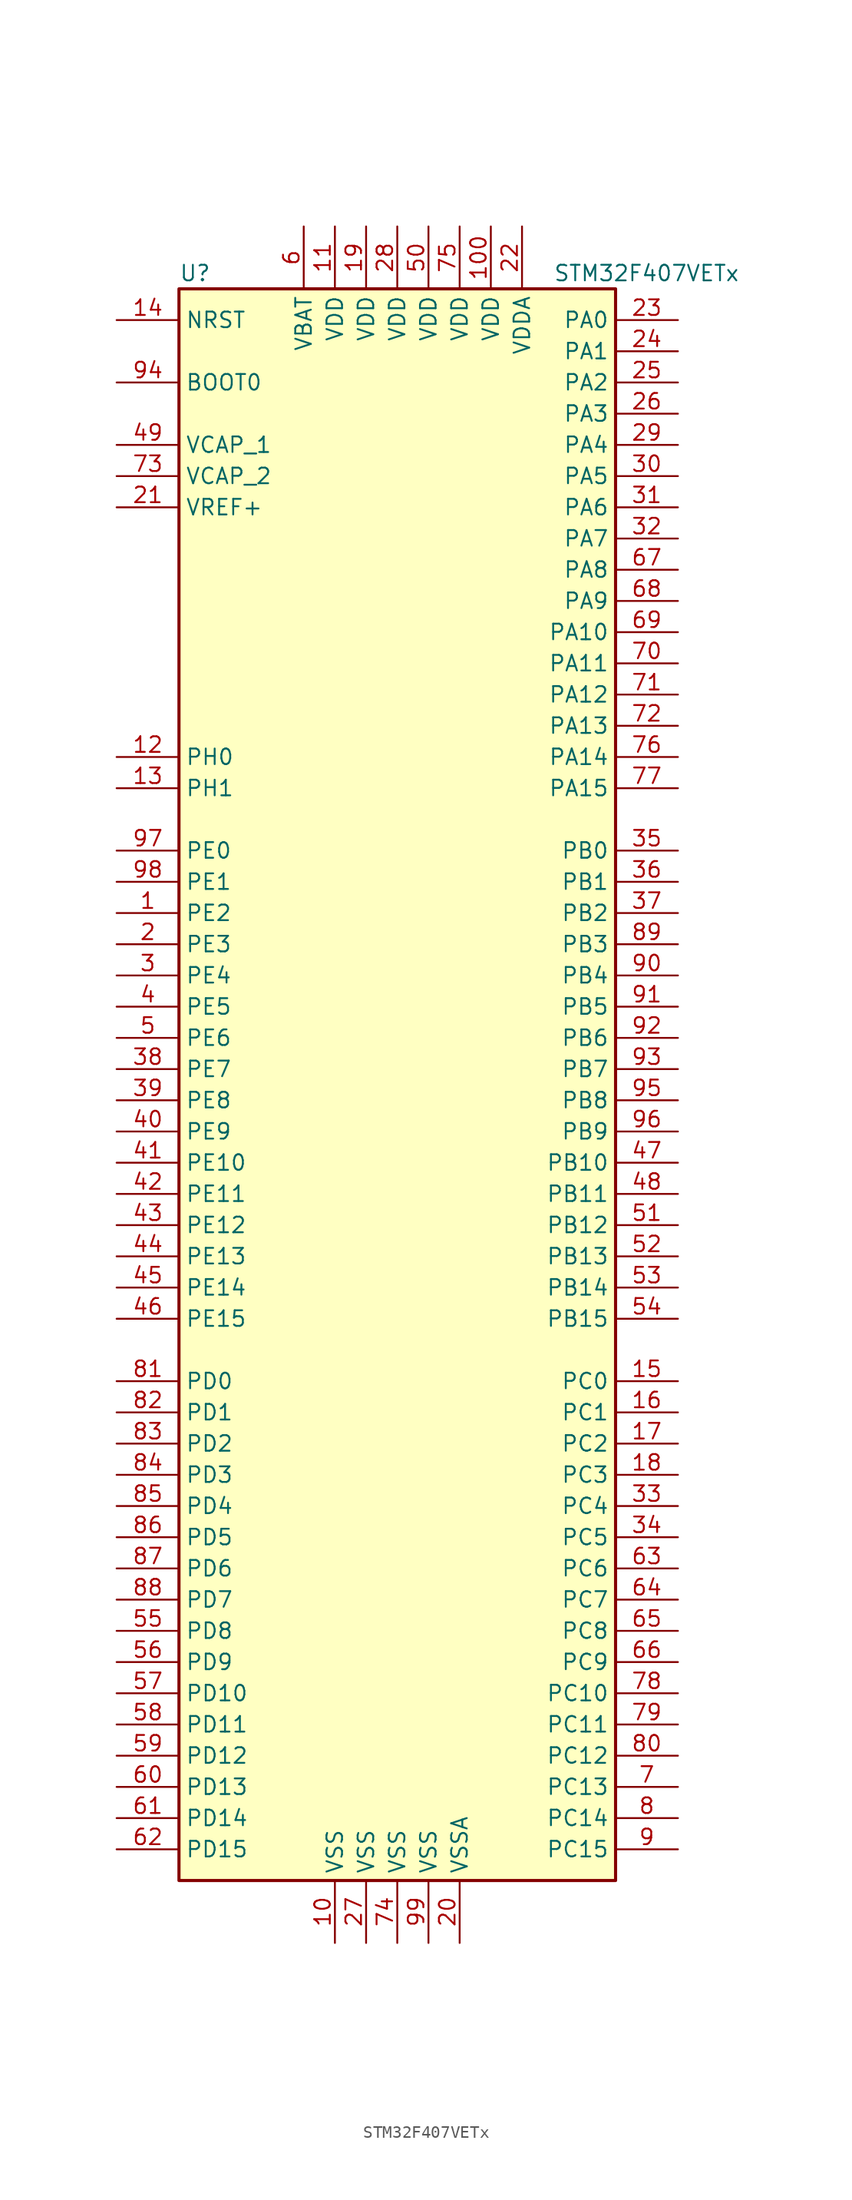
<source format=kicad_sym>
(kicad_symbol_lib
  (version 20201005)
  (generator kicad_symbol_editor)
  (symbol "MCU_ST_STM32F4:STM32F407VETx"
    (property "Reference" "U"
      (at -17.78 64.77 0)
      (effects (font (size 1.27 1.27)) (justify left)))
    (property "Value" "STM32F407VETx"
      (at 12.7 64.77 0)
      (effects (font (size 1.27 1.27)) (justify left)))
    (symbol "STM32F407VETx_0_1"
      (rectangle (start -17.78 -66.04) (end 17.78 63.5) (stroke (width 0.254)) (fill (type background))))
    (symbol "STM32F407VETx_1_1"
      (pin input line (at -22.86 55.88 0) (length 5.08) (name "BOOT0" (effects (font (size 1.27 1.27)))) (number "94" (effects (font (size 1.27 1.27)))))
      (pin input line (at -22.86 60.96 0) (length 5.08) (name "NRST" (effects (font (size 1.27 1.27)))) (number "14" (effects (font (size 1.27 1.27)))))
      (pin bidirectional line (at 22.86 60.96 180) (length 5.08) (name "PA0" (effects (font (size 1.27 1.27)))) (number "23" (effects (font (size 1.27 1.27)))))
      (pin bidirectional line (at 22.86 58.42 180) (length 5.08) (name "PA1" (effects (font (size 1.27 1.27)))) (number "24" (effects (font (size 1.27 1.27)))))
      (pin bidirectional line (at 22.86 35.56 180) (length 5.08) (name "PA10" (effects (font (size 1.27 1.27)))) (number "69" (effects (font (size 1.27 1.27)))))
      (pin bidirectional line (at 22.86 33.02 180) (length 5.08) (name "PA11" (effects (font (size 1.27 1.27)))) (number "70" (effects (font (size 1.27 1.27)))))
      (pin bidirectional line (at 22.86 30.48 180) (length 5.08) (name "PA12" (effects (font (size 1.27 1.27)))) (number "71" (effects (font (size 1.27 1.27)))))
      (pin bidirectional line (at 22.86 27.94 180) (length 5.08) (name "PA13" (effects (font (size 1.27 1.27)))) (number "72" (effects (font (size 1.27 1.27)))))
      (pin bidirectional line (at 22.86 25.4 180) (length 5.08) (name "PA14" (effects (font (size 1.27 1.27)))) (number "76" (effects (font (size 1.27 1.27)))))
      (pin bidirectional line (at 22.86 22.86 180) (length 5.08) (name "PA15" (effects (font (size 1.27 1.27)))) (number "77" (effects (font (size 1.27 1.27)))))
      (pin bidirectional line (at 22.86 55.88 180) (length 5.08) (name "PA2" (effects (font (size 1.27 1.27)))) (number "25" (effects (font (size 1.27 1.27)))))
      (pin bidirectional line (at 22.86 53.34 180) (length 5.08) (name "PA3" (effects (font (size 1.27 1.27)))) (number "26" (effects (font (size 1.27 1.27)))))
      (pin bidirectional line (at 22.86 50.8 180) (length 5.08) (name "PA4" (effects (font (size 1.27 1.27)))) (number "29" (effects (font (size 1.27 1.27)))))
      (pin bidirectional line (at 22.86 48.26 180) (length 5.08) (name "PA5" (effects (font (size 1.27 1.27)))) (number "30" (effects (font (size 1.27 1.27)))))
      (pin bidirectional line (at 22.86 45.72 180) (length 5.08) (name "PA6" (effects (font (size 1.27 1.27)))) (number "31" (effects (font (size 1.27 1.27)))))
      (pin bidirectional line (at 22.86 43.18 180) (length 5.08) (name "PA7" (effects (font (size 1.27 1.27)))) (number "32" (effects (font (size 1.27 1.27)))))
      (pin bidirectional line (at 22.86 40.64 180) (length 5.08) (name "PA8" (effects (font (size 1.27 1.27)))) (number "67" (effects (font (size 1.27 1.27)))))
      (pin bidirectional line (at 22.86 38.1 180) (length 5.08) (name "PA9" (effects (font (size 1.27 1.27)))) (number "68" (effects (font (size 1.27 1.27)))))
      (pin bidirectional line (at 22.86 17.78 180) (length 5.08) (name "PB0" (effects (font (size 1.27 1.27)))) (number "35" (effects (font (size 1.27 1.27)))))
      (pin bidirectional line (at 22.86 15.24 180) (length 5.08) (name "PB1" (effects (font (size 1.27 1.27)))) (number "36" (effects (font (size 1.27 1.27)))))
      (pin bidirectional line (at 22.86 -7.62 180) (length 5.08) (name "PB10" (effects (font (size 1.27 1.27)))) (number "47" (effects (font (size 1.27 1.27)))))
      (pin bidirectional line (at 22.86 -10.16 180) (length 5.08) (name "PB11" (effects (font (size 1.27 1.27)))) (number "48" (effects (font (size 1.27 1.27)))))
      (pin bidirectional line (at 22.86 -12.7 180) (length 5.08) (name "PB12" (effects (font (size 1.27 1.27)))) (number "51" (effects (font (size 1.27 1.27)))))
      (pin bidirectional line (at 22.86 -15.24 180) (length 5.08) (name "PB13" (effects (font (size 1.27 1.27)))) (number "52" (effects (font (size 1.27 1.27)))))
      (pin bidirectional line (at 22.86 -17.78 180) (length 5.08) (name "PB14" (effects (font (size 1.27 1.27)))) (number "53" (effects (font (size 1.27 1.27)))))
      (pin bidirectional line (at 22.86 -20.32 180) (length 5.08) (name "PB15" (effects (font (size 1.27 1.27)))) (number "54" (effects (font (size 1.27 1.27)))))
      (pin bidirectional line (at 22.86 12.7 180) (length 5.08) (name "PB2" (effects (font (size 1.27 1.27)))) (number "37" (effects (font (size 1.27 1.27)))))
      (pin bidirectional line (at 22.86 10.16 180) (length 5.08) (name "PB3" (effects (font (size 1.27 1.27)))) (number "89" (effects (font (size 1.27 1.27)))))
      (pin bidirectional line (at 22.86 7.62 180) (length 5.08) (name "PB4" (effects (font (size 1.27 1.27)))) (number "90" (effects (font (size 1.27 1.27)))))
      (pin bidirectional line (at 22.86 5.08 180) (length 5.08) (name "PB5" (effects (font (size 1.27 1.27)))) (number "91" (effects (font (size 1.27 1.27)))))
      (pin bidirectional line (at 22.86 2.54 180) (length 5.08) (name "PB6" (effects (font (size 1.27 1.27)))) (number "92" (effects (font (size 1.27 1.27)))))
      (pin bidirectional line (at 22.86 0 180) (length 5.08) (name "PB7" (effects (font (size 1.27 1.27)))) (number "93" (effects (font (size 1.27 1.27)))))
      (pin bidirectional line (at 22.86 -2.54 180) (length 5.08) (name "PB8" (effects (font (size 1.27 1.27)))) (number "95" (effects (font (size 1.27 1.27)))))
      (pin bidirectional line (at 22.86 -5.08 180) (length 5.08) (name "PB9" (effects (font (size 1.27 1.27)))) (number "96" (effects (font (size 1.27 1.27)))))
      (pin bidirectional line (at 22.86 -25.4 180) (length 5.08) (name "PC0" (effects (font (size 1.27 1.27)))) (number "15" (effects (font (size 1.27 1.27)))))
      (pin bidirectional line (at 22.86 -27.94 180) (length 5.08) (name "PC1" (effects (font (size 1.27 1.27)))) (number "16" (effects (font (size 1.27 1.27)))))
      (pin bidirectional line (at 22.86 -50.8 180) (length 5.08) (name "PC10" (effects (font (size 1.27 1.27)))) (number "78" (effects (font (size 1.27 1.27)))))
      (pin bidirectional line (at 22.86 -53.34 180) (length 5.08) (name "PC11" (effects (font (size 1.27 1.27)))) (number "79" (effects (font (size 1.27 1.27)))))
      (pin bidirectional line (at 22.86 -55.88 180) (length 5.08) (name "PC12" (effects (font (size 1.27 1.27)))) (number "80" (effects (font (size 1.27 1.27)))))
      (pin bidirectional line (at 22.86 -58.42 180) (length 5.08) (name "PC13" (effects (font (size 1.27 1.27)))) (number "7" (effects (font (size 1.27 1.27)))))
      (pin bidirectional line (at 22.86 -60.96 180) (length 5.08) (name "PC14" (effects (font (size 1.27 1.27)))) (number "8" (effects (font (size 1.27 1.27)))))
      (pin bidirectional line (at 22.86 -63.5 180) (length 5.08) (name "PC15" (effects (font (size 1.27 1.27)))) (number "9" (effects (font (size 1.27 1.27)))))
      (pin bidirectional line (at 22.86 -30.48 180) (length 5.08) (name "PC2" (effects (font (size 1.27 1.27)))) (number "17" (effects (font (size 1.27 1.27)))))
      (pin bidirectional line (at 22.86 -33.02 180) (length 5.08) (name "PC3" (effects (font (size 1.27 1.27)))) (number "18" (effects (font (size 1.27 1.27)))))
      (pin bidirectional line (at 22.86 -35.56 180) (length 5.08) (name "PC4" (effects (font (size 1.27 1.27)))) (number "33" (effects (font (size 1.27 1.27)))))
      (pin bidirectional line (at 22.86 -38.1 180) (length 5.08) (name "PC5" (effects (font (size 1.27 1.27)))) (number "34" (effects (font (size 1.27 1.27)))))
      (pin bidirectional line (at 22.86 -40.64 180) (length 5.08) (name "PC6" (effects (font (size 1.27 1.27)))) (number "63" (effects (font (size 1.27 1.27)))))
      (pin bidirectional line (at 22.86 -43.18 180) (length 5.08) (name "PC7" (effects (font (size 1.27 1.27)))) (number "64" (effects (font (size 1.27 1.27)))))
      (pin bidirectional line (at 22.86 -45.72 180) (length 5.08) (name "PC8" (effects (font (size 1.27 1.27)))) (number "65" (effects (font (size 1.27 1.27)))))
      (pin bidirectional line (at 22.86 -48.26 180) (length 5.08) (name "PC9" (effects (font (size 1.27 1.27)))) (number "66" (effects (font (size 1.27 1.27)))))
      (pin bidirectional line (at -22.86 -25.4 0) (length 5.08) (name "PD0" (effects (font (size 1.27 1.27)))) (number "81" (effects (font (size 1.27 1.27)))))
      (pin bidirectional line (at -22.86 -27.94 0) (length 5.08) (name "PD1" (effects (font (size 1.27 1.27)))) (number "82" (effects (font (size 1.27 1.27)))))
      (pin bidirectional line (at -22.86 -50.8 0) (length 5.08) (name "PD10" (effects (font (size 1.27 1.27)))) (number "57" (effects (font (size 1.27 1.27)))))
      (pin bidirectional line (at -22.86 -53.34 0) (length 5.08) (name "PD11" (effects (font (size 1.27 1.27)))) (number "58" (effects (font (size 1.27 1.27)))))
      (pin bidirectional line (at -22.86 -55.88 0) (length 5.08) (name "PD12" (effects (font (size 1.27 1.27)))) (number "59" (effects (font (size 1.27 1.27)))))
      (pin bidirectional line (at -22.86 -58.42 0) (length 5.08) (name "PD13" (effects (font (size 1.27 1.27)))) (number "60" (effects (font (size 1.27 1.27)))))
      (pin bidirectional line (at -22.86 -60.96 0) (length 5.08) (name "PD14" (effects (font (size 1.27 1.27)))) (number "61" (effects (font (size 1.27 1.27)))))
      (pin bidirectional line (at -22.86 -63.5 0) (length 5.08) (name "PD15" (effects (font (size 1.27 1.27)))) (number "62" (effects (font (size 1.27 1.27)))))
      (pin bidirectional line (at -22.86 -30.48 0) (length 5.08) (name "PD2" (effects (font (size 1.27 1.27)))) (number "83" (effects (font (size 1.27 1.27)))))
      (pin bidirectional line (at -22.86 -33.02 0) (length 5.08) (name "PD3" (effects (font (size 1.27 1.27)))) (number "84" (effects (font (size 1.27 1.27)))))
      (pin bidirectional line (at -22.86 -35.56 0) (length 5.08) (name "PD4" (effects (font (size 1.27 1.27)))) (number "85" (effects (font (size 1.27 1.27)))))
      (pin bidirectional line (at -22.86 -38.1 0) (length 5.08) (name "PD5" (effects (font (size 1.27 1.27)))) (number "86" (effects (font (size 1.27 1.27)))))
      (pin bidirectional line (at -22.86 -40.64 0) (length 5.08) (name "PD6" (effects (font (size 1.27 1.27)))) (number "87" (effects (font (size 1.27 1.27)))))
      (pin bidirectional line (at -22.86 -43.18 0) (length 5.08) (name "PD7" (effects (font (size 1.27 1.27)))) (number "88" (effects (font (size 1.27 1.27)))))
      (pin bidirectional line (at -22.86 -45.72 0) (length 5.08) (name "PD8" (effects (font (size 1.27 1.27)))) (number "55" (effects (font (size 1.27 1.27)))))
      (pin bidirectional line (at -22.86 -48.26 0) (length 5.08) (name "PD9" (effects (font (size 1.27 1.27)))) (number "56" (effects (font (size 1.27 1.27)))))
      (pin bidirectional line (at -22.86 17.78 0) (length 5.08) (name "PE0" (effects (font (size 1.27 1.27)))) (number "97" (effects (font (size 1.27 1.27)))))
      (pin bidirectional line (at -22.86 15.24 0) (length 5.08) (name "PE1" (effects (font (size 1.27 1.27)))) (number "98" (effects (font (size 1.27 1.27)))))
      (pin bidirectional line (at -22.86 -7.62 0) (length 5.08) (name "PE10" (effects (font (size 1.27 1.27)))) (number "41" (effects (font (size 1.27 1.27)))))
      (pin bidirectional line (at -22.86 -10.16 0) (length 5.08) (name "PE11" (effects (font (size 1.27 1.27)))) (number "42" (effects (font (size 1.27 1.27)))))
      (pin bidirectional line (at -22.86 -12.7 0) (length 5.08) (name "PE12" (effects (font (size 1.27 1.27)))) (number "43" (effects (font (size 1.27 1.27)))))
      (pin bidirectional line (at -22.86 -15.24 0) (length 5.08) (name "PE13" (effects (font (size 1.27 1.27)))) (number "44" (effects (font (size 1.27 1.27)))))
      (pin bidirectional line (at -22.86 -17.78 0) (length 5.08) (name "PE14" (effects (font (size 1.27 1.27)))) (number "45" (effects (font (size 1.27 1.27)))))
      (pin bidirectional line (at -22.86 -20.32 0) (length 5.08) (name "PE15" (effects (font (size 1.27 1.27)))) (number "46" (effects (font (size 1.27 1.27)))))
      (pin bidirectional line (at -22.86 12.7 0) (length 5.08) (name "PE2" (effects (font (size 1.27 1.27)))) (number "1" (effects (font (size 1.27 1.27)))))
      (pin bidirectional line (at -22.86 10.16 0) (length 5.08) (name "PE3" (effects (font (size 1.27 1.27)))) (number "2" (effects (font (size 1.27 1.27)))))
      (pin bidirectional line (at -22.86 7.62 0) (length 5.08) (name "PE4" (effects (font (size 1.27 1.27)))) (number "3" (effects (font (size 1.27 1.27)))))
      (pin bidirectional line (at -22.86 5.08 0) (length 5.08) (name "PE5" (effects (font (size 1.27 1.27)))) (number "4" (effects (font (size 1.27 1.27)))))
      (pin bidirectional line (at -22.86 2.54 0) (length 5.08) (name "PE6" (effects (font (size 1.27 1.27)))) (number "5" (effects (font (size 1.27 1.27)))))
      (pin bidirectional line (at -22.86 0 0) (length 5.08) (name "PE7" (effects (font (size 1.27 1.27)))) (number "38" (effects (font (size 1.27 1.27)))))
      (pin bidirectional line (at -22.86 -2.54 0) (length 5.08) (name "PE8" (effects (font (size 1.27 1.27)))) (number "39" (effects (font (size 1.27 1.27)))))
      (pin bidirectional line (at -22.86 -5.08 0) (length 5.08) (name "PE9" (effects (font (size 1.27 1.27)))) (number "40" (effects (font (size 1.27 1.27)))))
      (pin input line (at -22.86 25.4 0) (length 5.08) (name "PH0" (effects (font (size 1.27 1.27)))) (number "12" (effects (font (size 1.27 1.27)))))
      (pin input line (at -22.86 22.86 0) (length 5.08) (name "PH1" (effects (font (size 1.27 1.27)))) (number "13" (effects (font (size 1.27 1.27)))))
      (pin power_in line (at -7.62 68.58 270) (length 5.08) (name "VBAT" (effects (font (size 1.27 1.27)))) (number "6" (effects (font (size 1.27 1.27)))))
      (pin power_in line (at -22.86 50.8 0) (length 5.08) (name "VCAP_1" (effects (font (size 1.27 1.27)))) (number "49" (effects (font (size 1.27 1.27)))))
      (pin power_in line (at -22.86 48.26 0) (length 5.08) (name "VCAP_2" (effects (font (size 1.27 1.27)))) (number "73" (effects (font (size 1.27 1.27)))))
      (pin power_in line (at 7.62 68.58 270) (length 5.08) (name "VDD" (effects (font (size 1.27 1.27)))) (number "100" (effects (font (size 1.27 1.27)))))
      (pin power_in line (at -5.08 68.58 270) (length 5.08) (name "VDD" (effects (font (size 1.27 1.27)))) (number "11" (effects (font (size 1.27 1.27)))))
      (pin power_in line (at -2.54 68.58 270) (length 5.08) (name "VDD" (effects (font (size 1.27 1.27)))) (number "19" (effects (font (size 1.27 1.27)))))
      (pin power_in line (at 0 68.58 270) (length 5.08) (name "VDD" (effects (font (size 1.27 1.27)))) (number "28" (effects (font (size 1.27 1.27)))))
      (pin power_in line (at 2.54 68.58 270) (length 5.08) (name "VDD" (effects (font (size 1.27 1.27)))) (number "50" (effects (font (size 1.27 1.27)))))
      (pin power_in line (at 5.08 68.58 270) (length 5.08) (name "VDD" (effects (font (size 1.27 1.27)))) (number "75" (effects (font (size 1.27 1.27)))))
      (pin power_in line (at 10.16 68.58 270) (length 5.08) (name "VDDA" (effects (font (size 1.27 1.27)))) (number "22" (effects (font (size 1.27 1.27)))))
      (pin power_in line (at -22.86 45.72 0) (length 5.08) (name "VREF+" (effects (font (size 1.27 1.27)))) (number "21" (effects (font (size 1.27 1.27)))))
      (pin power_in line (at -5.08 -71.12 90) (length 5.08) (name "VSS" (effects (font (size 1.27 1.27)))) (number "10" (effects (font (size 1.27 1.27)))))
      (pin power_in line (at -2.54 -71.12 90) (length 5.08) (name "VSS" (effects (font (size 1.27 1.27)))) (number "27" (effects (font (size 1.27 1.27)))))
      (pin power_in line (at 0 -71.12 90) (length 5.08) (name "VSS" (effects (font (size 1.27 1.27)))) (number "74" (effects (font (size 1.27 1.27)))))
      (pin power_in line (at 2.54 -71.12 90) (length 5.08) (name "VSS" (effects (font (size 1.27 1.27)))) (number "99" (effects (font (size 1.27 1.27)))))
      (pin power_in line (at 5.08 -71.12 90) (length 5.08) (name "VSSA" (effects (font (size 1.27 1.27)))) (number "20" (effects (font (size 1.27 1.27))))))))
</source>
